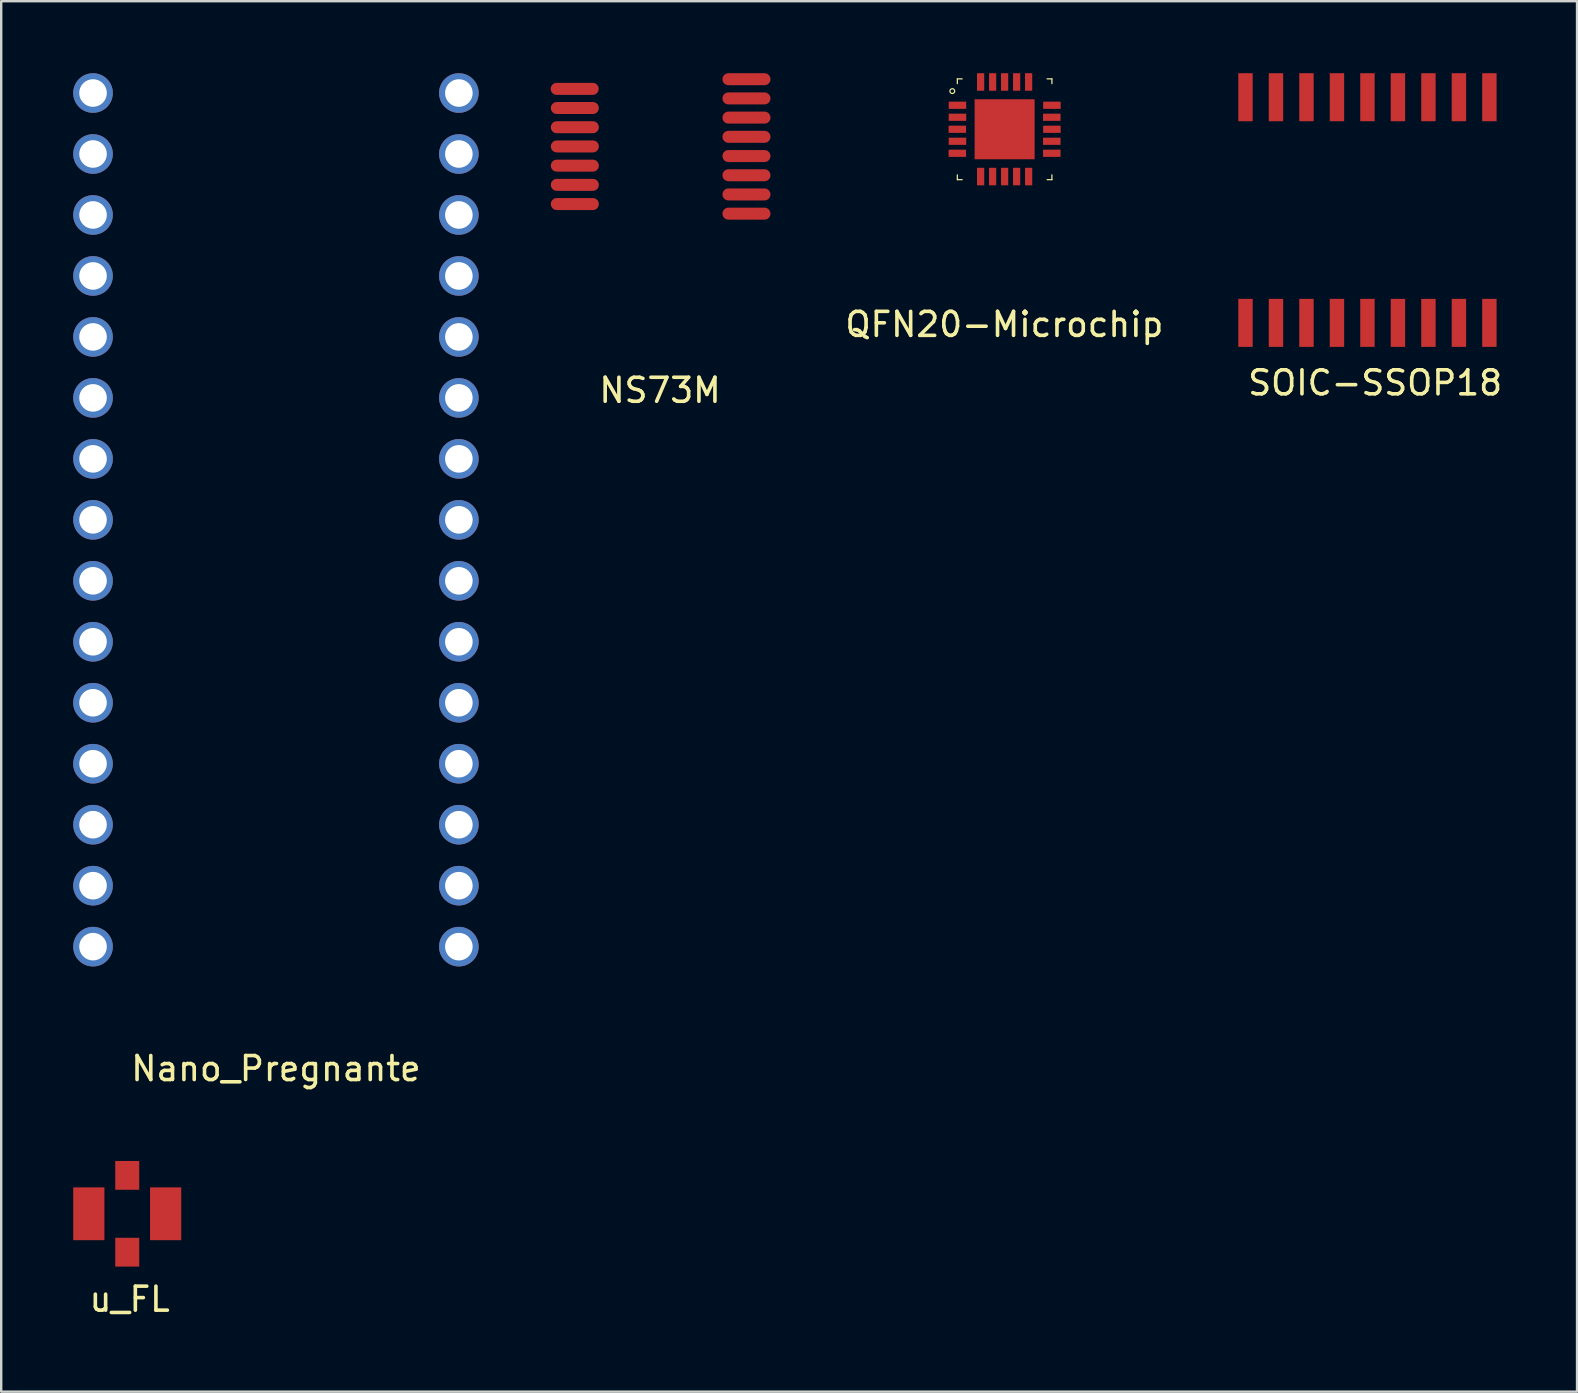
<source format=kicad_pcb>
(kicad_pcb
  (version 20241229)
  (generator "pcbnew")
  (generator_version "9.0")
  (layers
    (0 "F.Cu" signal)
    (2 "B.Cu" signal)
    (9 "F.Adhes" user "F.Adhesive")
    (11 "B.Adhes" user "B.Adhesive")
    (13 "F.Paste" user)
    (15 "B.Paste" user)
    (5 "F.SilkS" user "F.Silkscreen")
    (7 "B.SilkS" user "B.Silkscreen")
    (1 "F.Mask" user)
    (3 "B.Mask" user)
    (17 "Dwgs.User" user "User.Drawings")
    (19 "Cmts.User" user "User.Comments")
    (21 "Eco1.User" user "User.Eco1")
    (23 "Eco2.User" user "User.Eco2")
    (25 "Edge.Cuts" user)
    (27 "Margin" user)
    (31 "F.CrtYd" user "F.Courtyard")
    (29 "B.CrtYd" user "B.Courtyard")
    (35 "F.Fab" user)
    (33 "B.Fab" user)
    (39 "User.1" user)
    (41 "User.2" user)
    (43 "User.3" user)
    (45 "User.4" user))
  (footprint "NS73M"
    (layer "F.Cu")
    (at 24.446 3.05)
    (property "Reference" "NS73M" (at 0 10.16 0) (layer "F.SilkS") (effects (font (size 1 1) (thickness 0.15))))
    (attr through_hole)
    (pad "1" smd oval (at 3.6 2.8) (size 2 0.5) (layers "F.Cu" "F.Mask" "F.Paste"))
    (pad "2" smd oval (at 3.6 2) (size 2 0.5) (layers "F.Cu" "F.Mask" "F.Paste"))
    (pad "3" smd oval (at 3.6 1.2) (size 2 0.5) (layers "F.Cu" "F.Mask" "F.Paste"))
    (pad "4" smd oval (at 3.6 0.4) (size 2 0.5) (layers "F.Cu" "F.Mask" "F.Paste"))
    (pad "5" smd oval (at 3.6 -0.4) (size 2 0.5) (layers "F.Cu" "F.Mask" "F.Paste"))
    (pad "6" smd oval (at 3.6 -1.2) (size 2 0.5) (layers "F.Cu" "F.Mask" "F.Paste"))
    (pad "7" smd oval (at 3.6 -2) (size 2 0.5) (layers "F.Cu" "F.Mask" "F.Paste"))
    (pad "8" smd oval (at 3.6 -2.8) (size 2 0.5) (layers "F.Cu" "F.Mask" "F.Paste"))
    (pad "9" smd oval (at -3.556 -2.398) (size 2 0.5) (layers "F.Cu" "F.Mask" "F.Paste"))
    (pad "10" smd oval (at -3.55 -1.6) (size 2 0.5) (layers "F.Cu" "F.Mask" "F.Paste"))
    (pad "11" smd oval (at -3.55 -0.8) (size 2 0.5) (layers "F.Cu" "F.Mask" "F.Paste"))
    (pad "12" smd oval (at -3.55 0) (size 2 0.5) (layers "F.Cu" "F.Mask" "F.Paste"))
    (pad "13" smd oval (at -3.55 0.8) (size 2 0.5) (layers "F.Cu" "F.Mask" "F.Paste"))
    (pad "14" smd oval (at -3.55 1.6) (size 2 0.5) (layers "F.Cu" "F.Mask" "F.Paste"))
    (pad "15" smd oval (at -3.55 2.4) (size 2 0.5) (layers "F.Cu" "F.Mask" "F.Paste")))
  (footprint "Nano_Pregnante"
    (layer "F.Cu")
    (at 8.445 21.145)
    (property "Reference" "Nano_Pregnante" (at 0 20.32 0) (layer "F.SilkS") (effects (font (size 1 1) (thickness 0.15))))
    (attr through_hole)
    (pad "1" thru_hole circle (at -7.62 -20.32) (size 1.65 1.65) (drill 1.15) (layers "*.Cu" "*.Mask"))
    (pad "2" thru_hole circle (at -7.62 -17.78) (size 1.65 1.65) (drill 1.15) (layers "*.Cu" "*.Mask"))
    (pad "3" thru_hole circle (at -7.62 -15.24) (size 1.65 1.65) (drill 1.15) (layers "*.Cu" "*.Mask"))
    (pad "4" thru_hole circle (at -7.62 -12.7) (size 1.65 1.65) (drill 1.15) (layers "*.Cu" "*.Mask"))
    (pad "5" thru_hole circle (at -7.62 -10.16) (size 1.65 1.65) (drill 1.15) (layers "*.Cu" "*.Mask"))
    (pad "6" thru_hole circle (at -7.62 -7.62) (size 1.65 1.65) (drill 1.15) (layers "*.Cu" "*.Mask"))
    (pad "7" thru_hole circle (at -7.62 -5.08) (size 1.65 1.65) (drill 1.15) (layers "*.Cu" "*.Mask"))
    (pad "8" thru_hole circle (at -7.62 -2.54) (size 1.65 1.65) (drill 1.15) (layers "*.Cu" "*.Mask"))
    (pad "9" thru_hole circle (at -7.62 0) (size 1.65 1.65) (drill 1.15) (layers "*.Cu" "*.Mask"))
    (pad "10" thru_hole circle (at -7.62 2.54) (size 1.65 1.65) (drill 1.15) (layers "*.Cu" "*.Mask"))
    (pad "11" thru_hole circle (at -7.62 5.08) (size 1.65 1.65) (drill 1.15) (layers "*.Cu" "*.Mask"))
    (pad "12" thru_hole circle (at -7.62 7.62) (size 1.65 1.65) (drill 1.15) (layers "*.Cu" "*.Mask"))
    (pad "13" thru_hole circle (at -7.62 10.16) (size 1.65 1.65) (drill 1.15) (layers "*.Cu" "*.Mask"))
    (pad "14" thru_hole circle (at -7.62 12.7) (size 1.65 1.65) (drill 1.15) (layers "*.Cu" "*.Mask"))
    (pad "15" thru_hole circle (at -7.62 15.24) (size 1.65 1.65) (drill 1.15) (layers "*.Cu" "*.Mask"))
    (pad "16" thru_hole circle (at 7.62 -20.32) (size 1.65 1.65) (drill 1.15) (layers "*.Cu" "*.Mask"))
    (pad "17" thru_hole circle (at 7.62 -17.78) (size 1.65 1.65) (drill 1.15) (layers "*.Cu" "*.Mask"))
    (pad "18" thru_hole circle (at 7.62 -15.24) (size 1.65 1.65) (drill 1.15) (layers "*.Cu" "*.Mask"))
    (pad "19" thru_hole circle (at 7.62 -12.7) (size 1.65 1.65) (drill 1.15) (layers "*.Cu" "*.Mask"))
    (pad "20" thru_hole circle (at 7.62 -10.16) (size 1.65 1.65) (drill 1.15) (layers "*.Cu" "*.Mask"))
    (pad "21" thru_hole circle (at 7.62 -7.62) (size 1.65 1.65) (drill 1.15) (layers "*.Cu" "*.Mask"))
    (pad "22" thru_hole circle (at 7.62 -5.08) (size 1.65 1.65) (drill 1.15) (layers "*.Cu" "*.Mask"))
    (pad "23" thru_hole circle (at 7.62 -2.54) (size 1.65 1.65) (drill 1.15) (layers "*.Cu" "*.Mask"))
    (pad "24" thru_hole circle (at 7.62 0) (size 1.65 1.65) (drill 1.15) (layers "*.Cu" "*.Mask"))
    (pad "25" thru_hole circle (at 7.62 2.54) (size 1.65 1.65) (drill 1.15) (layers "*.Cu" "*.Mask"))
    (pad "26" thru_hole circle (at 7.62 5.08) (size 1.65 1.65) (drill 1.15) (layers "*.Cu" "*.Mask"))
    (pad "27" thru_hole circle (at 7.62 7.62) (size 1.65 1.65) (drill 1.15) (layers "*.Cu" "*.Mask"))
    (pad "28" thru_hole circle (at 7.62 10.16) (size 1.65 1.65) (drill 1.15) (layers "*.Cu" "*.Mask"))
    (pad "29" thru_hole circle (at 7.62 12.7) (size 1.65 1.65) (drill 1.15) (layers "*.Cu" "*.Mask"))
    (pad "30" thru_hole circle (at 7.62 15.24) (size 1.65 1.65) (drill 1.15) (layers "*.Cu" "*.Mask")))
  (footprint "QFN20-Microchip"
    (layer "F.Cu")
    (at 38.8 2.335)
    (property "Reference" "QFN20-Microchip" (at -0.01 8.13 0) (layer "F.SilkS") (effects (font (size 1 1) (thickness 0.15))))
    (attr through_hole)
    (fp_line (start -1.97 -2.1) (end -1.97 -1.9) (stroke (width 0.05) (type solid)) (layer "F.SilkS"))
    (fp_line (start -1.97 -2.1) (end -1.77 -2.1) (stroke (width 0.05) (type solid)) (layer "F.SilkS"))
    (fp_line (start -1.97 2.1) (end -1.97 1.9) (stroke (width 0.05) (type solid)) (layer "F.SilkS"))
    (fp_line (start -1.97 2.1) (end -1.77 2.1) (stroke (width 0.05) (type solid)) (layer "F.SilkS"))
    (fp_line (start 1.97 -2.1) (end 1.77 -2.1) (stroke (width 0.05) (type solid)) (layer "F.SilkS"))
    (fp_line (start 1.97 -2.1) (end 1.97 -1.9) (stroke (width 0.05) (type solid)) (layer "F.SilkS"))
    (fp_line (start 1.97 2.1) (end 1.77 2.1) (stroke (width 0.05) (type solid)) (layer "F.SilkS"))
    (fp_line (start 1.97 2.1) (end 1.97 1.9) (stroke (width 0.05) (type solid)) (layer "F.SilkS"))
    (fp_circle (center -2.18 -1.59) (end -2.28 -1.6) (stroke (width 0.05) (type solid)) (fill no) (layer "F.SilkS"))
    (pad "1" smd rect (at -1.965 -1) (size 0.73 0.3) (layers "F.Cu" "F.Mask" "F.Paste"))
    (pad "2" smd rect (at -1.965 -0.5) (size 0.73 0.3) (layers "F.Cu" "F.Mask" "F.Paste"))
    (pad "3" smd rect (at -1.97 0) (size 0.73 0.3) (layers "F.Cu" "F.Mask" "F.Paste"))
    (pad "4" smd rect (at -1.965 0.5) (size 0.73 0.3) (layers "F.Cu" "F.Mask" "F.Paste"))
    (pad "5" smd rect (at -1.97 1) (size 0.73 0.3) (layers "F.Cu" "F.Mask" "F.Paste"))
    (pad "6" smd rect (at -1 1.97 90) (size 0.73 0.3) (layers "F.Cu" "F.Mask" "F.Paste"))
    (pad "7" smd rect (at -0.5 1.97 90) (size 0.73 0.3) (layers "F.Cu" "F.Mask" "F.Paste"))
    (pad "8" smd rect (at 0 1.97 90) (size 0.73 0.3) (layers "F.Cu" "F.Mask" "F.Paste"))
    (pad "9" smd rect (at 0.5 1.97 90) (size 0.73 0.3) (layers "F.Cu" "F.Mask" "F.Paste"))
    (pad "10" smd rect (at 1 1.97 90) (size 0.73 0.3) (layers "F.Cu" "F.Mask" "F.Paste"))
    (pad "11" smd rect (at 1.965 1) (size 0.73 0.3) (layers "F.Cu" "F.Mask" "F.Paste"))
    (pad "12" smd rect (at 1.965 0.5) (size 0.73 0.3) (layers "F.Cu" "F.Mask" "F.Paste"))
    (pad "13" smd rect (at 1.97 0) (size 0.73 0.3) (layers "F.Cu" "F.Mask" "F.Paste"))
    (pad "14" smd rect (at 1.965 -0.5) (size 0.73 0.3) (layers "F.Cu" "F.Mask" "F.Paste"))
    (pad "15" smd rect (at 1.97 -1) (size 0.73 0.3) (layers "F.Cu" "F.Mask" "F.Paste"))
    (pad "16" smd rect (at 1 -1.97 90) (size 0.73 0.3) (layers "F.Cu" "F.Mask" "F.Paste"))
    (pad "17" smd rect (at 0.5 -1.97 90) (size 0.73 0.3) (layers "F.Cu" "F.Mask" "F.Paste"))
    (pad "18" smd rect (at 0 -1.97 90) (size 0.73 0.3) (layers "F.Cu" "F.Mask" "F.Paste"))
    (pad "19" smd rect (at -0.5 -1.97 90) (size 0.73 0.3) (layers "F.Cu" "F.Mask" "F.Paste"))
    (pad "20" smd rect (at -1 -1.97 90) (size 0.73 0.3) (layers "F.Cu" "F.Mask" "F.Paste"))
    (pad "21" smd rect (at 0 0) (size 2.5 2.5) (layers "F.Cu" "F.Mask" "F.Paste")))
  (footprint "u_FL"
    (layer "F.Cu")
    (at 2.25 47.513)
    (property "Reference" "u_FL" (at 0.1 3.56 0) (layer "F.SilkS") (effects (font (size 1 1) (thickness 0.15))))
    (attr through_hole)
    (pad "1" smd rect (at 0 -1.6) (size 1 1.2) (layers "F.Cu" "F.Mask" "F.Paste"))
    (pad "2" smd rect (at 1.6 0) (size 1.3 2.2) (layers "F.Cu" "F.Mask" "F.Paste"))
    (pad "3" smd rect (at -1.6 0) (size 1.3 2.2) (layers "F.Cu" "F.Mask" "F.Paste"))
    (pad "4" smd rect (at 0 1.6) (size 1 1.2) (layers "F.Cu" "F.Mask" "F.Paste")))
  (footprint "SOIC-SSOP18"
    (layer "F.Cu")
    (at 48.834 10.4)
    (property "Reference" "SOIC-SSOP18" (at 5.4 2.5 0) (layer "F.SilkS") (effects (font (size 1 1) (thickness 0.15))))
    (attr through_hole)
    (pad "1" smd rect (at 0 0) (size 0.6 2) (layers "F.Cu" "F.Mask" "F.Paste"))
    (pad "2" smd rect (at 1.27 0) (size 0.6 2) (layers "F.Cu" "F.Mask" "F.Paste"))
    (pad "3" smd rect (at 2.54 0) (size 0.6 2) (layers "F.Cu" "F.Mask" "F.Paste"))
    (pad "4" smd rect (at 3.81 0) (size 0.6 2) (layers "F.Cu" "F.Mask" "F.Paste"))
    (pad "5" smd rect (at 5.08 0) (size 0.6 2) (layers "F.Cu" "F.Mask" "F.Paste"))
    (pad "6" smd rect (at 6.35 0) (size 0.6 2) (layers "F.Cu" "F.Mask" "F.Paste"))
    (pad "7" smd rect (at 7.62 0) (size 0.6 2) (layers "F.Cu" "F.Mask" "F.Paste"))
    (pad "8" smd rect (at 8.89 0) (size 0.6 2) (layers "F.Cu" "F.Mask" "F.Paste"))
    (pad "9" smd rect (at 10.16 0) (size 0.6 2) (layers "F.Cu" "F.Mask" "F.Paste"))
    (pad "10" smd rect (at 10.16 -9.4) (size 0.6 2) (layers "F.Cu" "F.Mask" "F.Paste"))
    (pad "11" smd rect (at 8.89 -9.4) (size 0.6 2) (layers "F.Cu" "F.Mask" "F.Paste"))
    (pad "12" smd rect (at 7.62 -9.4) (size 0.6 2) (layers "F.Cu" "F.Mask" "F.Paste"))
    (pad "13" smd rect (at 6.35 -9.4) (size 0.6 2) (layers "F.Cu" "F.Mask" "F.Paste"))
    (pad "14" smd rect (at 5.08 -9.4) (size 0.6 2) (layers "F.Cu" "F.Mask" "F.Paste"))
    (pad "15" smd rect (at 3.81 -9.4) (size 0.6 2) (layers "F.Cu" "F.Mask" "F.Paste"))
    (pad "16" smd rect (at 2.54 -9.4) (size 0.6 2) (layers "F.Cu" "F.Mask" "F.Paste"))
    (pad "17" smd rect (at 1.27 -9.4) (size 0.6 2) (layers "F.Cu" "F.Mask" "F.Paste"))
    (pad "18" smd rect (at 0 -9.4) (size 0.6 2) (layers "F.Cu" "F.Mask" "F.Paste")))
  (gr_rect
    (start -3 -3)
    (end 62.645 54.922)
    (stroke (width 0.1) (type default))
    (fill no)
    (layer "Edge.Cuts")))
</source>
